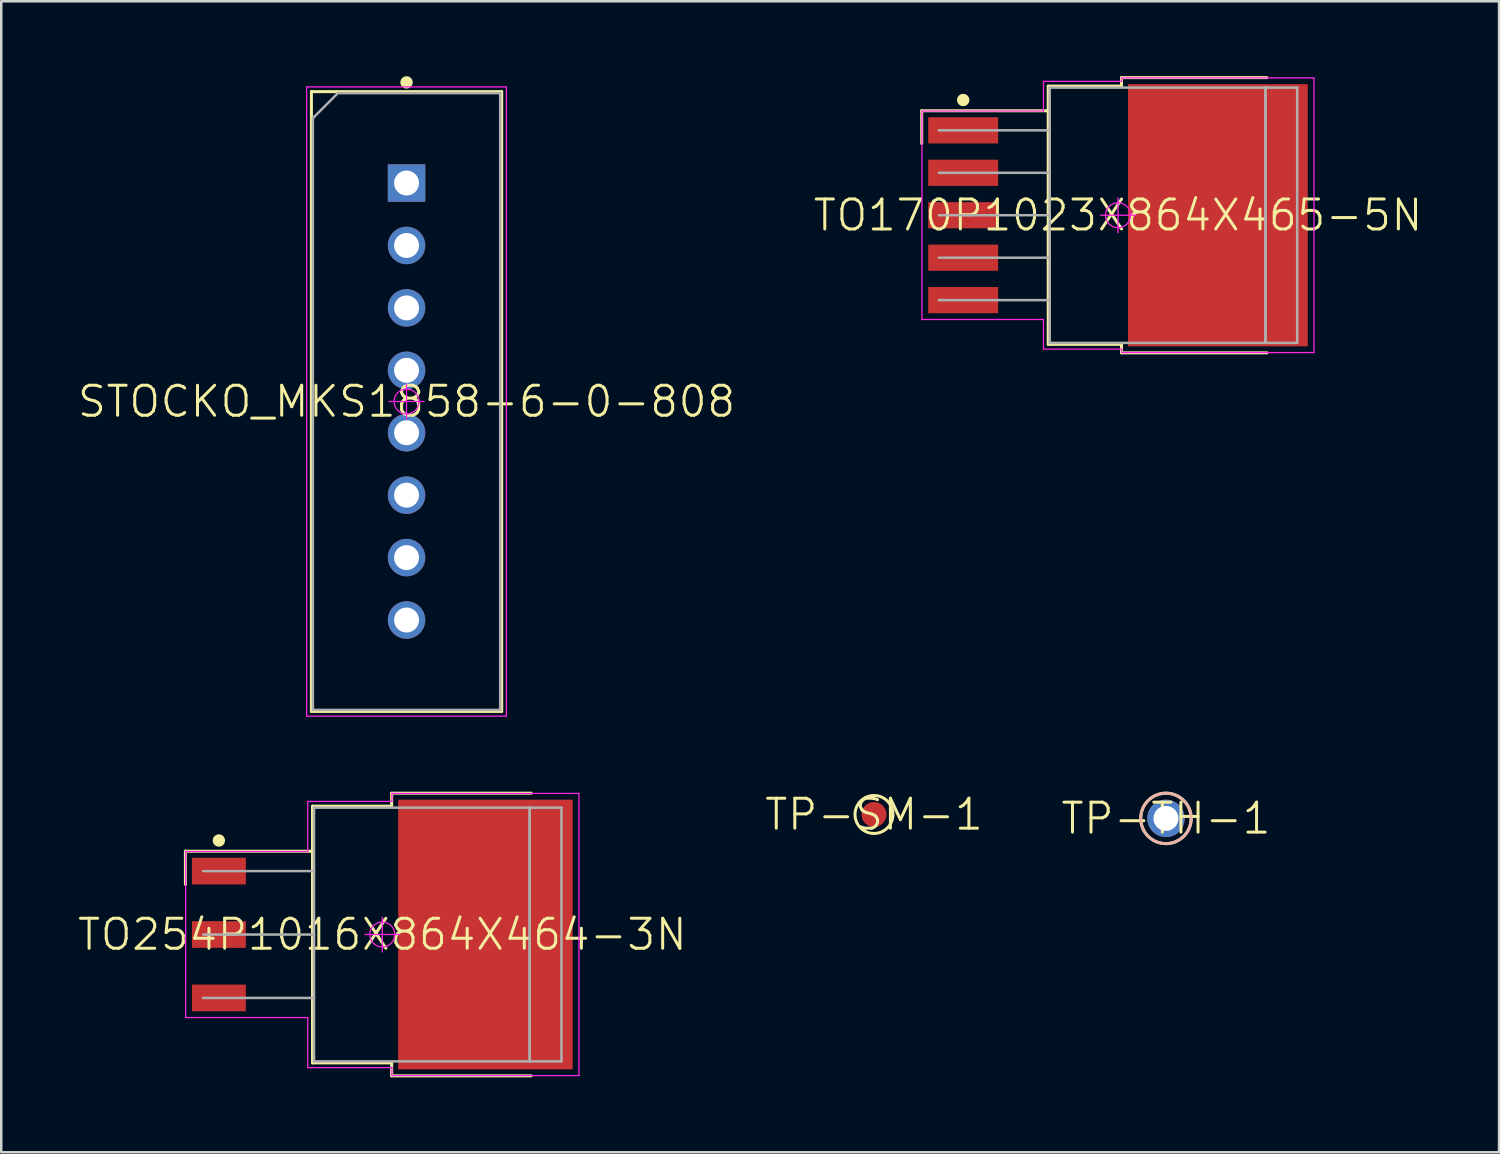
<source format=kicad_pcb>
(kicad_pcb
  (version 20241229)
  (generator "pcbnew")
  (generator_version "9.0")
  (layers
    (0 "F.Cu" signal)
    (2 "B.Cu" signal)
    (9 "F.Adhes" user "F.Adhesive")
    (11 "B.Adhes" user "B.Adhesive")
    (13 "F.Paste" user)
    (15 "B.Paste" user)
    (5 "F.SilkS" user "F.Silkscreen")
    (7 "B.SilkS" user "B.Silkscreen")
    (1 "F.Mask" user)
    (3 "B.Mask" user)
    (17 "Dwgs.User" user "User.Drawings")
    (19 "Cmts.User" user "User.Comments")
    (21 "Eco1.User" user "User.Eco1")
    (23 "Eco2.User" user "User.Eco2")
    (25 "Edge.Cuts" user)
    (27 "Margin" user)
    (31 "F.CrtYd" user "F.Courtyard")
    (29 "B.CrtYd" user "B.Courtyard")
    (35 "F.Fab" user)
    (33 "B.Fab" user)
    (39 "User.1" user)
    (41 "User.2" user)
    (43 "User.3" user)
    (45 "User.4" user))
  (footprint "TO254P1016X864X464-3N"
    (layer "F.Cu")
    (at 12.26 34.375)
    (property "Reference" "TO254P1016X864X464-3N" (at 0 0 0) (layer "F.SilkS") (effects (font (size 1.2 1.2) (thickness 0.12))))
    (attr smd)
    (fp_line (start -7.885 -3.335) (end -7.885 -2.005) (stroke (width 0.12) (type solid)) (layer "F.SilkS"))
    (fp_line (start -2.795 -5.14) (end 0.375 -5.14) (stroke (width 0.12) (type solid)) (layer "F.SilkS"))
    (fp_line (start -2.795 -3.335) (end -7.885 -3.335) (stroke (width 0.12) (type solid)) (layer "F.SilkS"))
    (fp_line (start -2.795 5.14) (end -2.795 -5.14) (stroke (width 0.12) (type solid)) (layer "F.SilkS"))
    (fp_line (start -2.795 5.14) (end 0.375 5.14) (stroke (width 0.12) (type solid)) (layer "F.SilkS"))
    (fp_line (start 0.375 -5.66) (end 0.375 -5.14) (stroke (width 0.12) (type solid)) (layer "F.SilkS"))
    (fp_line (start 0.375 5.66) (end 0.375 5.14) (stroke (width 0.12) (type solid)) (layer "F.SilkS"))
    (fp_line (start 5.965 -5.66) (end 0.375 -5.66) (stroke (width 0.12) (type solid)) (layer "F.SilkS"))
    (fp_line (start 5.965 5.66) (end 0.375 5.66) (stroke (width 0.12) (type solid)) (layer "F.SilkS"))
    (fp_circle (center -6.545 -3.765) (end -6.545 -3.64) (stroke (width 0.25) (type solid)) (fill no) (layer "F.SilkS"))
    (fp_line (start -7.875 -3.325) (end -2.985 -3.325) (stroke (width 0.05) (type solid)) (layer "F.CrtYd"))
    (fp_line (start -7.875 3.325) (end -7.875 -3.325) (stroke (width 0.05) (type solid)) (layer "F.CrtYd"))
    (fp_line (start -2.985 -5.33) (end 0.385 -5.33) (stroke (width 0.05) (type solid)) (layer "F.CrtYd"))
    (fp_line (start -2.985 -3.325) (end -2.985 -5.33) (stroke (width 0.05) (type solid)) (layer "F.CrtYd"))
    (fp_line (start -2.985 3.325) (end -7.875 3.325) (stroke (width 0.05) (type solid)) (layer "F.CrtYd"))
    (fp_line (start -2.985 5.33) (end -2.985 3.325) (stroke (width 0.05) (type solid)) (layer "F.CrtYd"))
    (fp_line (start -0.7 0) (end 0.7 0) (stroke (width 0.05) (type solid)) (layer "F.CrtYd"))
    (fp_line (start 0 -0.7) (end 0 0.7) (stroke (width 0.05) (type solid)) (layer "F.CrtYd"))
    (fp_line (start 0.385 -5.65) (end 6.155 -5.65) (stroke (width 0.05) (type solid)) (layer "F.CrtYd"))
    (fp_line (start 0.385 -5.33) (end 0.385 -5.65) (stroke (width 0.05) (type solid)) (layer "F.CrtYd"))
    (fp_line (start 0.385 5.33) (end -2.985 5.33) (stroke (width 0.05) (type solid)) (layer "F.CrtYd"))
    (fp_line (start 0.385 5.65) (end 0.385 5.33) (stroke (width 0.05) (type solid)) (layer "F.CrtYd"))
    (fp_line (start 6.155 -5.65) (end 7.875 -5.65) (stroke (width 0.05) (type solid)) (layer "F.CrtYd"))
    (fp_line (start 6.155 5.65) (end 0.385 5.65) (stroke (width 0.05) (type solid)) (layer "F.CrtYd"))
    (fp_line (start 7.875 -5.65) (end 7.875 5.65) (stroke (width 0.05) (type solid)) (layer "F.CrtYd"))
    (fp_line (start 7.875 5.65) (end 6.155 5.65) (stroke (width 0.05) (type solid)) (layer "F.CrtYd"))
    (fp_circle (center 0 0) (end 0 0.5) (stroke (width 0.05) (type solid)) (fill no) (layer "F.CrtYd"))
    (fp_line (start -7.175 -2.54) (end -2.735 -2.54) (stroke (width 0.1) (type solid)) (layer "F.Fab"))
    (fp_line (start -7.175 0) (end -2.735 0) (stroke (width 0.1) (type solid)) (layer "F.Fab"))
    (fp_line (start -7.175 2.54) (end -2.735 2.54) (stroke (width 0.1) (type solid)) (layer "F.Fab"))
    (fp_line (start -2.735 -5.08) (end -2.735 5.08) (stroke (width 0.1) (type solid)) (layer "F.Fab"))
    (fp_line (start -2.735 5.08) (end 5.905 5.08) (stroke (width 0.1) (type solid)) (layer "F.Fab"))
    (fp_line (start 5.905 -5.08) (end -2.735 -5.08) (stroke (width 0.1) (type solid)) (layer "F.Fab"))
    (fp_line (start 5.905 -5.08) (end 7.175 -5.08) (stroke (width 0.1) (type solid)) (layer "F.Fab"))
    (fp_line (start 5.905 5.08) (end 5.905 -5.08) (stroke (width 0.1) (type solid)) (layer "F.Fab"))
    (fp_line (start 5.905 5.08) (end 5.905 -5.08) (stroke (width 0.1) (type solid)) (layer "F.Fab"))
    (fp_line (start 7.175 -5.08) (end 7.175 5.08) (stroke (width 0.1) (type solid)) (layer "F.Fab"))
    (fp_line (start 7.175 5.08) (end 5.905 5.08) (stroke (width 0.1) (type solid)) (layer "F.Fab"))
    (pad "1" smd rect (at -6.545 -2.54) (size 2.16 1.07) (layers "F.Cu" "F.Mask" "F.Paste"))
    (pad "2" smd rect (at -6.545 0) (size 2.16 1.07) (layers "F.Cu" "F.Mask" "F.Paste"))
    (pad "3" smd rect (at -6.545 2.54) (size 2.16 1.07) (layers "F.Cu" "F.Mask" "F.Paste"))
    (pad "4" smd rect (at 4.13 0) (size 6.99 10.8) (layers "F.Cu" "F.Mask" "F.Paste")))
  (footprint "STOCKO_MKS1858-6-0-808"
    (layer "F.Cu")
    (at 13.231 13.03)
    (property "Reference" "STOCKO_MKS1858-6-0-808" (at 0 0 0) (layer "F.SilkS") (effects (font (size 1.2 1.2) (thickness 0.12))))
    (attr through_hole)
    (fp_line (start -3.81 -12.41) (end 3.81 -12.41) (stroke (width 0.12) (type solid)) (layer "F.SilkS"))
    (fp_line (start -3.81 12.41) (end -3.81 -12.41) (stroke (width 0.12) (type solid)) (layer "F.SilkS"))
    (fp_line (start 3.81 -12.41) (end 3.81 12.41) (stroke (width 0.12) (type solid)) (layer "F.SilkS"))
    (fp_line (start 3.81 12.41) (end -3.81 12.41) (stroke (width 0.12) (type solid)) (layer "F.SilkS"))
    (fp_circle (center 0 -12.78) (end 0 -12.655) (stroke (width 0.25) (type solid)) (fill no) (layer "F.SilkS"))
    (fp_line (start -4 -12.6) (end 4 -12.6) (stroke (width 0.05) (type solid)) (layer "F.CrtYd"))
    (fp_line (start -4 12.6) (end -4 -12.6) (stroke (width 0.05) (type solid)) (layer "F.CrtYd"))
    (fp_line (start -0.7 0) (end 0.7 0) (stroke (width 0.05) (type solid)) (layer "F.CrtYd"))
    (fp_line (start 0 -0.7) (end 0 0.7) (stroke (width 0.05) (type solid)) (layer "F.CrtYd"))
    (fp_line (start 4 -12.6) (end 4 12.6) (stroke (width 0.05) (type solid)) (layer "F.CrtYd"))
    (fp_line (start 4 12.6) (end -4 12.6) (stroke (width 0.05) (type solid)) (layer "F.CrtYd"))
    (fp_circle (center 0 0) (end 0 0.5) (stroke (width 0.05) (type solid)) (fill no) (layer "F.CrtYd"))
    (fp_line (start -3.75 -11.35) (end -2.75 -12.35) (stroke (width 0.1) (type solid)) (layer "F.Fab"))
    (fp_line (start -3.75 12.35) (end -3.75 -11.35) (stroke (width 0.1) (type solid)) (layer "F.Fab"))
    (fp_line (start -2.75 -12.35) (end 3.75 -12.35) (stroke (width 0.1) (type solid)) (layer "F.Fab"))
    (fp_line (start 3.75 -12.35) (end 3.75 12.35) (stroke (width 0.1) (type solid)) (layer "F.Fab"))
    (fp_line (start 3.75 12.35) (end -3.75 12.35) (stroke (width 0.1) (type solid)) (layer "F.Fab"))
    (pad "1" thru_hole rect (at 0 -8.75) (size 1.5 1.5) (drill 1) (layers "*.Cu" "*.Paste" "*.Mask"))
    (pad "2" thru_hole circle (at 0 -6.25) (size 1.5 1.5) (drill 1) (layers "*.Cu" "*.Paste" "*.Mask"))
    (pad "3" thru_hole circle (at 0 -3.75) (size 1.5 1.5) (drill 1) (layers "*.Cu" "*.Paste" "*.Mask"))
    (pad "4" thru_hole circle (at 0 -1.25) (size 1.5 1.5) (drill 1) (layers "*.Cu" "*.Paste" "*.Mask"))
    (pad "5" thru_hole circle (at 0 1.25) (size 1.5 1.5) (drill 1) (layers "*.Cu" "*.Paste" "*.Mask"))
    (pad "6" thru_hole circle (at 0 3.75) (size 1.5 1.5) (drill 1) (layers "*.Cu" "*.Paste" "*.Mask"))
    (pad "7" thru_hole circle (at 0 6.25) (size 1.5 1.5) (drill 1) (layers "*.Cu" "*.Paste" "*.Mask"))
    (pad "8" thru_hole circle (at 0 8.75) (size 1.5 1.5) (drill 1) (layers "*.Cu" "*.Paste" "*.Mask")))
  (footprint "TP-TH-1"
    (layer "F.Cu")
    (at 43.643 29.725)
    (property "Reference" "TP-TH-1" (at 0 0 0) (layer "F.SilkS") (effects (font (size 1.2 1.2) (thickness 0.12))))
    (attr through_hole)
    (fp_circle (center 0 0) (end 0 1.01) (stroke (width 0.12) (type solid)) (fill no) (layer "F.SilkS"))
    (fp_circle (center 0 0) (end 0 1.01) (stroke (width 0.12) (type solid)) (fill no) (layer "B.SilkS"))
    (pad "1" thru_hole circle (at 0 0) (size 1.5 1.5) (drill 1) (layers "*.Cu" "*.Paste" "*.Mask")))
  (footprint "TP-SM-1"
    (layer "F.Cu")
    (at 31.951 29.568)
    (property "Reference" "TP-SM-1" (at 0 0 0) (layer "F.SilkS") (effects (font (size 1.2 1.2) (thickness 0.12))))
    (attr smd)
    (fp_circle (center 0 0) (end 0 0.76) (stroke (width 0.12) (type solid)) (fill no) (layer "F.SilkS"))
    (pad "1" smd circle (at 0 0) (size 1 1) (layers "F.Cu" "F.Mask" "F.Paste")))
  (footprint "TO170P1023X864X465-5N"
    (layer "F.Cu")
    (at 41.723 5.57)
    (property "Reference" "TO170P1023X864X465-5N" (at 0 0 0) (layer "F.SilkS") (effects (font (size 1.2 1.2) (thickness 0.12))))
    (attr smd)
    (fp_line (start -7.86 -4.185) (end -7.86 -2.875) (stroke (width 0.12) (type solid)) (layer "F.SilkS"))
    (fp_line (start -2.795 -5.172) (end 0.14 -5.172) (stroke (width 0.12) (type solid)) (layer "F.SilkS"))
    (fp_line (start -2.795 -4.185) (end -7.86 -4.185) (stroke (width 0.12) (type solid)) (layer "F.SilkS"))
    (fp_line (start -2.795 5.172) (end -2.795 -5.172) (stroke (width 0.12) (type solid)) (layer "F.SilkS"))
    (fp_line (start -2.795 5.172) (end 0.14 5.172) (stroke (width 0.12) (type solid)) (layer "F.SilkS"))
    (fp_line (start 0.14 -5.51) (end 0.14 -5.172) (stroke (width 0.12) (type solid)) (layer "F.SilkS"))
    (fp_line (start 0.14 5.51) (end 0.14 5.172) (stroke (width 0.12) (type solid)) (layer "F.SilkS"))
    (fp_line (start 5.965 -5.51) (end 0.14 -5.51) (stroke (width 0.12) (type solid)) (layer "F.SilkS"))
    (fp_line (start 5.965 5.51) (end 0.14 5.51) (stroke (width 0.12) (type solid)) (layer "F.SilkS"))
    (fp_circle (center -6.2 -4.615) (end -6.2 -4.49) (stroke (width 0.25) (type solid)) (fill no) (layer "F.SilkS"))
    (fp_line (start -7.85 -4.175) (end -2.985 -4.175) (stroke (width 0.05) (type solid)) (layer "F.CrtYd"))
    (fp_line (start -7.85 4.175) (end -7.85 -4.175) (stroke (width 0.05) (type solid)) (layer "F.CrtYd"))
    (fp_line (start -2.985 -5.362) (end 0.15 -5.362) (stroke (width 0.05) (type solid)) (layer "F.CrtYd"))
    (fp_line (start -2.985 -4.175) (end -2.985 -5.362) (stroke (width 0.05) (type solid)) (layer "F.CrtYd"))
    (fp_line (start -2.985 4.175) (end -7.85 4.175) (stroke (width 0.05) (type solid)) (layer "F.CrtYd"))
    (fp_line (start -2.985 5.362) (end -2.985 4.175) (stroke (width 0.05) (type solid)) (layer "F.CrtYd"))
    (fp_line (start -0.7 0) (end 0.7 0) (stroke (width 0.05) (type solid)) (layer "F.CrtYd"))
    (fp_line (start 0 -0.7) (end 0 0.7) (stroke (width 0.05) (type solid)) (layer "F.CrtYd"))
    (fp_line (start 0.15 -5.5) (end 6.155 -5.5) (stroke (width 0.05) (type solid)) (layer "F.CrtYd"))
    (fp_line (start 0.15 -5.362) (end 0.15 -5.5) (stroke (width 0.05) (type solid)) (layer "F.CrtYd"))
    (fp_line (start 0.15 5.362) (end -2.985 5.362) (stroke (width 0.05) (type solid)) (layer "F.CrtYd"))
    (fp_line (start 0.15 5.5) (end 0.15 5.362) (stroke (width 0.05) (type solid)) (layer "F.CrtYd"))
    (fp_line (start 6.155 -5.5) (end 7.85 -5.5) (stroke (width 0.05) (type solid)) (layer "F.CrtYd"))
    (fp_line (start 6.155 5.5) (end 0.15 5.5) (stroke (width 0.05) (type solid)) (layer "F.CrtYd"))
    (fp_line (start 7.85 -5.5) (end 7.85 5.5) (stroke (width 0.05) (type solid)) (layer "F.CrtYd"))
    (fp_line (start 7.85 5.5) (end 6.155 5.5) (stroke (width 0.05) (type solid)) (layer "F.CrtYd"))
    (fp_circle (center 0 0) (end 0 0.5) (stroke (width 0.05) (type solid)) (fill no) (layer "F.CrtYd"))
    (fp_line (start -7.175 -3.4) (end -2.735 -3.4) (stroke (width 0.1) (type solid)) (layer "F.Fab"))
    (fp_line (start -7.175 -1.7) (end -2.735 -1.7) (stroke (width 0.1) (type solid)) (layer "F.Fab"))
    (fp_line (start -7.175 0) (end -2.735 0) (stroke (width 0.1) (type solid)) (layer "F.Fab"))
    (fp_line (start -7.175 1.7) (end -2.735 1.7) (stroke (width 0.1) (type solid)) (layer "F.Fab"))
    (fp_line (start -7.175 3.4) (end -2.735 3.4) (stroke (width 0.1) (type solid)) (layer "F.Fab"))
    (fp_line (start -2.735 -5.112) (end -2.735 5.112) (stroke (width 0.1) (type solid)) (layer "F.Fab"))
    (fp_line (start -2.735 5.112) (end 5.905 5.112) (stroke (width 0.1) (type solid)) (layer "F.Fab"))
    (fp_line (start 5.905 -5.112) (end -2.735 -5.112) (stroke (width 0.1) (type solid)) (layer "F.Fab"))
    (fp_line (start 5.905 -5.112) (end 7.175 -5.112) (stroke (width 0.1) (type solid)) (layer "F.Fab"))
    (fp_line (start 5.905 5.112) (end 5.905 -5.112) (stroke (width 0.1) (type solid)) (layer "F.Fab"))
    (fp_line (start 5.905 5.112) (end 5.905 -5.112) (stroke (width 0.1) (type solid)) (layer "F.Fab"))
    (fp_line (start 7.175 -5.112) (end 7.175 5.112) (stroke (width 0.1) (type solid)) (layer "F.Fab"))
    (fp_line (start 7.175 5.112) (end 5.905 5.112) (stroke (width 0.1) (type solid)) (layer "F.Fab"))
    (pad "1" smd rect (at -6.2 -3.4) (size 2.8 1.05) (layers "F.Cu" "F.Mask" "F.Paste"))
    (pad "2" smd rect (at -6.2 -1.7) (size 2.8 1.05) (layers "F.Cu" "F.Mask" "F.Paste"))
    (pad "3" smd rect (at -6.2 0) (size 2.8 1.05) (layers "F.Cu" "F.Mask" "F.Paste"))
    (pad "4" smd rect (at -6.2 1.7) (size 2.8 1.05) (layers "F.Cu" "F.Mask" "F.Paste"))
    (pad "5" smd rect (at -6.2 3.4) (size 2.8 1.05) (layers "F.Cu" "F.Mask" "F.Paste"))
    (pad "6" smd rect (at 4 0) (size 7.2 10.5) (layers "F.Cu" "F.Mask" "F.Paste")))
  (gr_rect
    (start -3 -3)
    (end 56.983 43.095)
    (stroke (width 0.1) (type default))
    (fill no)
    (layer "Edge.Cuts")))
</source>
